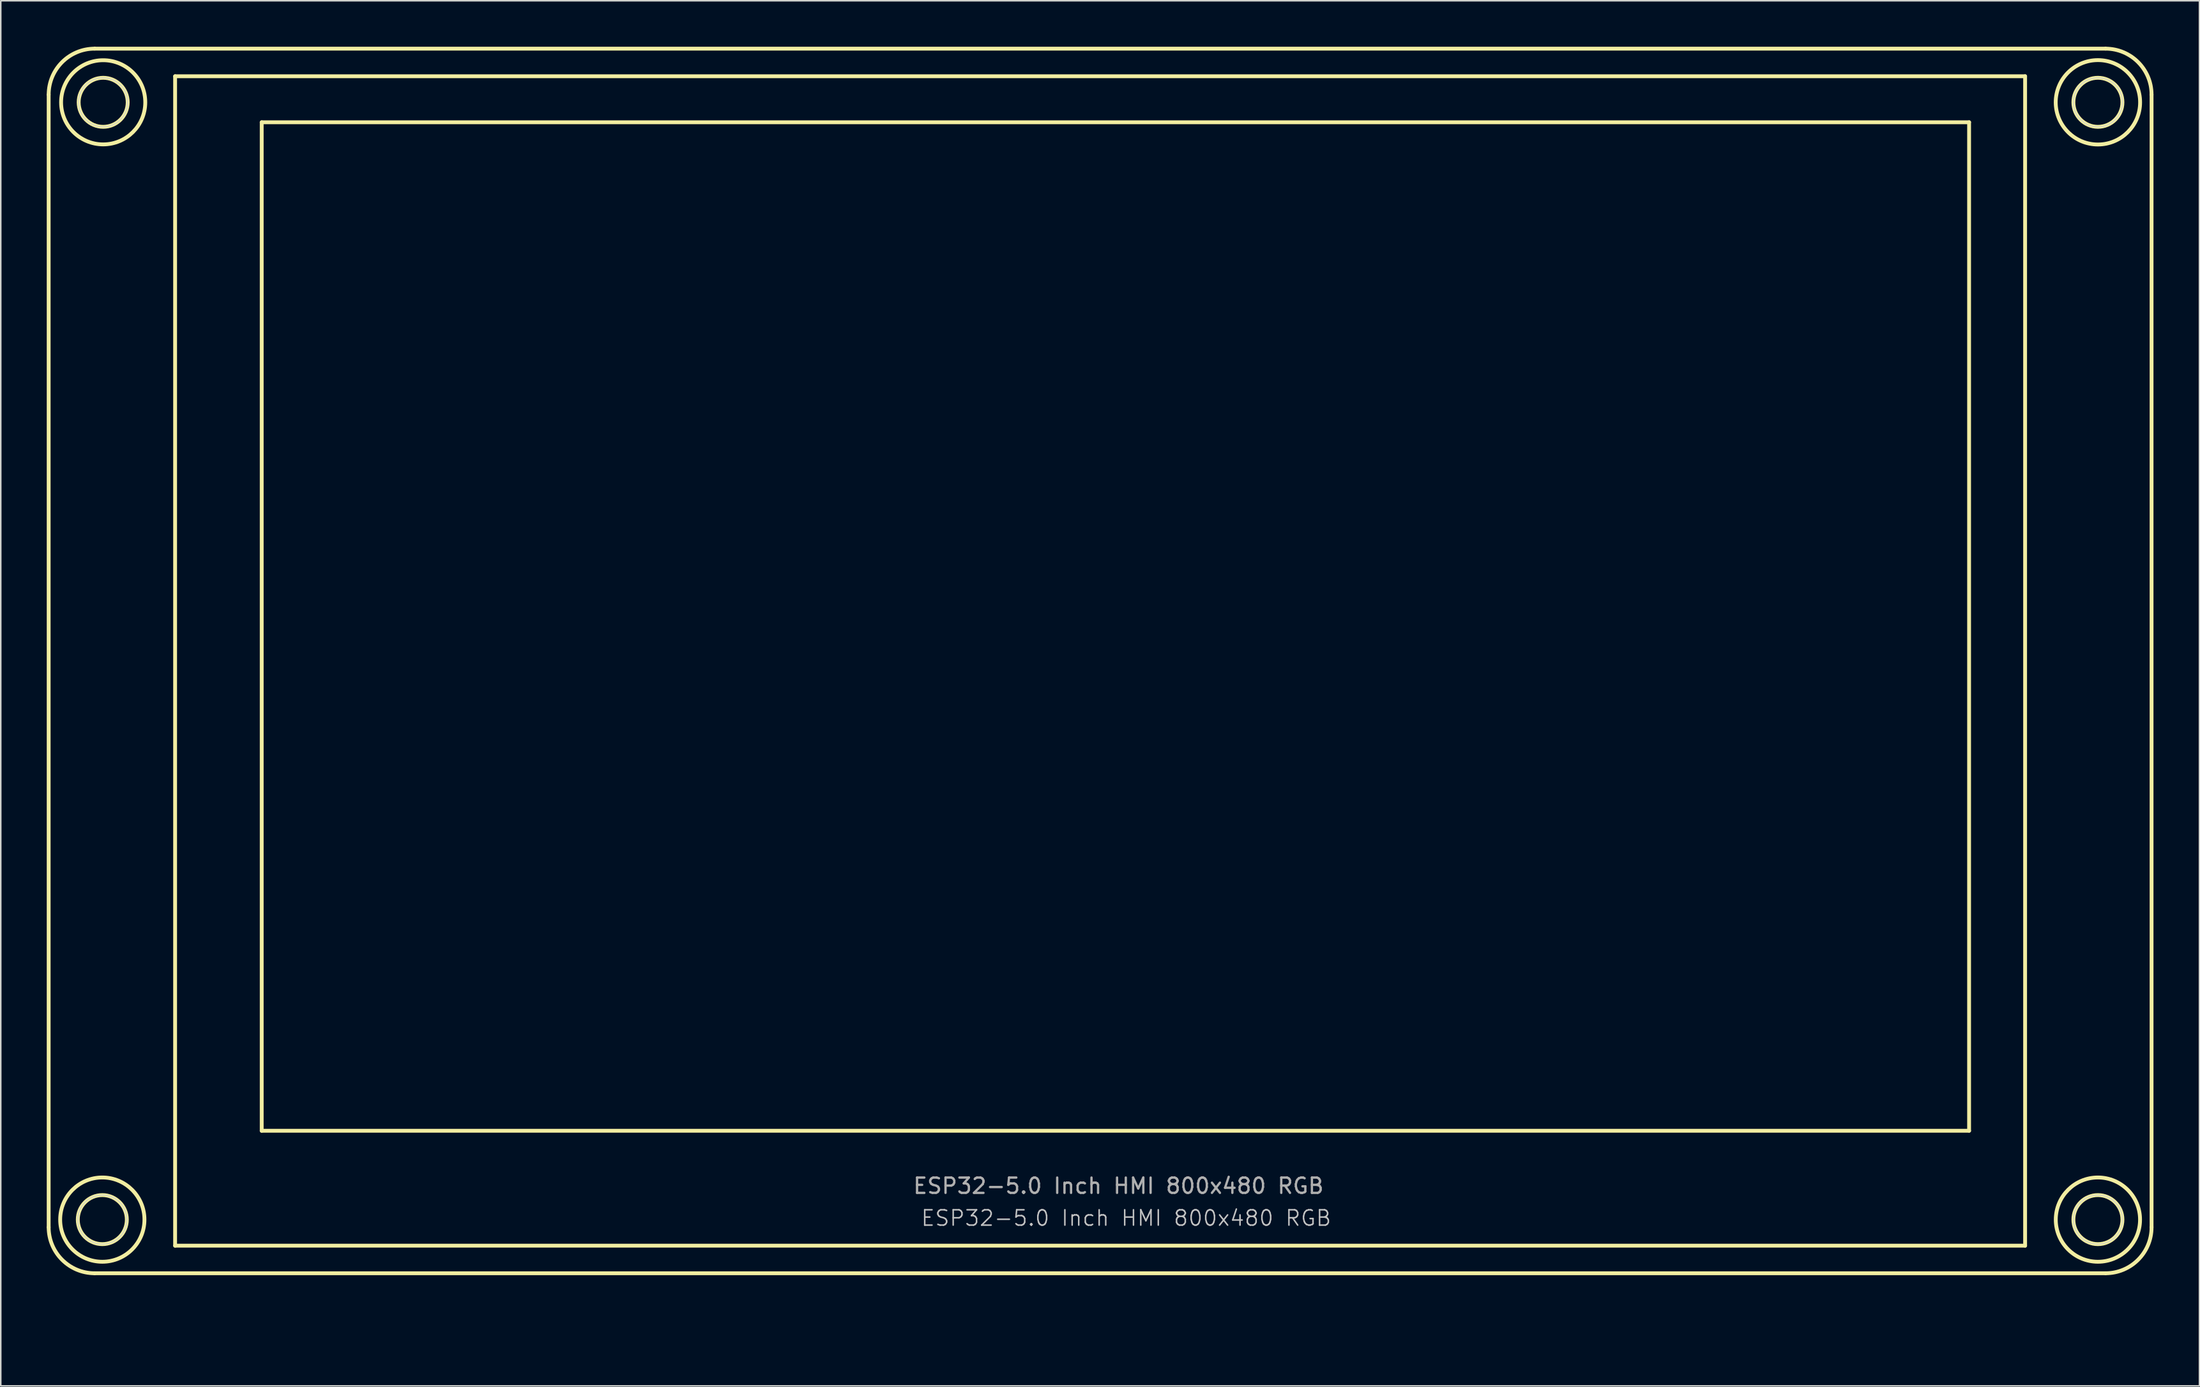
<source format=kicad_pcb>
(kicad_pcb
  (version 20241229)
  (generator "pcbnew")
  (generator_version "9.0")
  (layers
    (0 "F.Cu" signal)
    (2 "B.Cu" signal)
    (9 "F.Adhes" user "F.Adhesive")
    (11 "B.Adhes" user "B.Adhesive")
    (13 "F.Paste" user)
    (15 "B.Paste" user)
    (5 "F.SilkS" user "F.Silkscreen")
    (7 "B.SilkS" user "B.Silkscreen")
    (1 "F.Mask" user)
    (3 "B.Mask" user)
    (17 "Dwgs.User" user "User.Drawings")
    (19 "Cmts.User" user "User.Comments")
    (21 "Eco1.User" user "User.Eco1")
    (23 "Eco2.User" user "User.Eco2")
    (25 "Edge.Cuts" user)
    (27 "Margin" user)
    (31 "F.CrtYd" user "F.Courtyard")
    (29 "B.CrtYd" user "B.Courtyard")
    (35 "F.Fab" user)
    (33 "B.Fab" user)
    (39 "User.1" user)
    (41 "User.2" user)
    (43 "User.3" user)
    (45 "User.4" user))
  (footprint "ESP32-5.0 Inch HMI 800x480 RGB"
    (layer "F.Cu")
    (at 70.125 84.125)
    (property "Reference" "ESP32-5.0 Inch HMI 800x480 RGB" (at 0.3 -7.7 0) (unlocked yes) (layer "Dwgs.User") (effects (font (size 1 1) (thickness 0.1))))
    (attr smd)
    (fp_line (start -70 -81) (end -70 -7.1) (stroke (width 0.25) (type solid)) (layer "F.SilkS"))
    (fp_line (start -67 -4.1) (end 64.2 -4.1) (stroke (width 0.25) (type solid)) (layer "F.SilkS"))
    (fp_line (start -61.75 -82.2) (end -61.75 -5.9) (stroke (width 0.25) (type solid)) (layer "F.SilkS"))
    (fp_line (start -61.75 -5.9) (end 58.95 -5.9) (stroke (width 0.25) (type solid)) (layer "F.SilkS"))
    (fp_line (start -56.1 -79.198) (end -56.1 -13.398) (stroke (width 0.25) (type solid)) (layer "F.SilkS"))
    (fp_line (start -56.1 -13.398) (end 55.295 -13.398) (stroke (width 0.25) (type solid)) (layer "F.SilkS"))
    (fp_line (start 55.295 -79.198) (end -56.1 -79.198) (stroke (width 0.25) (type solid)) (layer "F.SilkS"))
    (fp_line (start 55.295 -13.398) (end 55.295 -79.198) (stroke (width 0.25) (type solid)) (layer "F.SilkS"))
    (fp_line (start 58.95 -82.2) (end -61.75 -82.2) (stroke (width 0.25) (type solid)) (layer "F.SilkS"))
    (fp_line (start 58.95 -5.9) (end 58.95 -82.2) (stroke (width 0.25) (type solid)) (layer "F.SilkS"))
    (fp_line (start 64.2 -84) (end -67 -84) (stroke (width 0.25) (type solid)) (layer "F.SilkS"))
    (fp_line (start 67.2 -7.1) (end 67.2 -81) (stroke (width 0.25) (type solid)) (layer "F.SilkS"))
    (fp_arc (start -70 -81) (mid -69.12132 -83.12132) (end -67 -84) (stroke (width 0.25) (type solid)) (layer "F.SilkS"))
    (fp_arc (start -67 -4.1) (mid -69.12132 -4.97868) (end -70 -7.1) (stroke (width 0.25) (type solid)) (layer "F.SilkS"))
    (fp_arc (start 64.2 -84) (mid 66.32132 -83.12132) (end 67.2 -81) (stroke (width 0.25) (type solid)) (layer "F.SilkS"))
    (fp_arc (start 67.2 -7.1) (mid 66.32132 -4.97868) (end 64.2 -4.1) (stroke (width 0.25) (type solid)) (layer "F.SilkS"))
    (fp_circle (center -66.5 -7.6) (end -64.9 -7.6) (stroke (width 0.25) (type solid)) (fill no) (layer "F.SilkS"))
    (fp_circle (center -66.5 -7.6) (end -63.751 -7.6) (stroke (width 0.25) (type solid)) (fill no) (layer "F.SilkS"))
    (fp_circle (center -66.443 -80.5) (end -64.843 -80.5) (stroke (width 0.25) (type solid)) (fill no) (layer "F.SilkS"))
    (fp_circle (center -66.443 -80.5) (end -63.697 -80.5) (stroke (width 0.25) (type solid)) (fill no) (layer "F.SilkS"))
    (fp_circle (center 63.7 -80.5) (end 65.3 -80.5) (stroke (width 0.25) (type solid)) (fill no) (layer "F.SilkS"))
    (fp_circle (center 63.7 -80.5) (end 66.453 -80.5) (stroke (width 0.25) (type solid)) (fill no) (layer "F.SilkS"))
    (fp_circle (center 63.7 -7.6) (end 65.3 -7.6) (stroke (width 0.25) (type solid)) (fill no) (layer "F.SilkS"))
    (fp_circle (center 63.7 -7.6) (end 66.449 -7.6) (stroke (width 0.25) (type solid)) (fill no) (layer "F.SilkS"))
    (fp_circle (center -66.5 -7.6) (end -64.9 -7.6) (stroke (width 0.05) (type default)) (fill no) (layer "Edge.Cuts"))
    (fp_circle (center -66.45 -80.5) (end -64.85 -80.5) (stroke (width 0.05) (type default)) (fill no) (layer "Edge.Cuts"))
    (fp_circle (center 63.7 -80.5) (end 65.3 -80.5) (stroke (width 0.05) (type default)) (fill no) (layer "Edge.Cuts"))
    (fp_circle (center 63.7 -7.6) (end 65.3 -7.6) (stroke (width 0.05) (type default)) (fill no) (layer "Edge.Cuts"))
    (fp_text user "${REFERENCE}" (at -0.2 -9.8 0) (unlocked yes) (layer "F.Fab") (effects (font (size 1 1) (thickness 0.15)))))
  (gr_rect
    (start -3 -3)
    (end 140.45 87.375)
    (stroke (width 0.1) (type default))
    (fill no)
    (layer "Edge.Cuts")))
</source>
